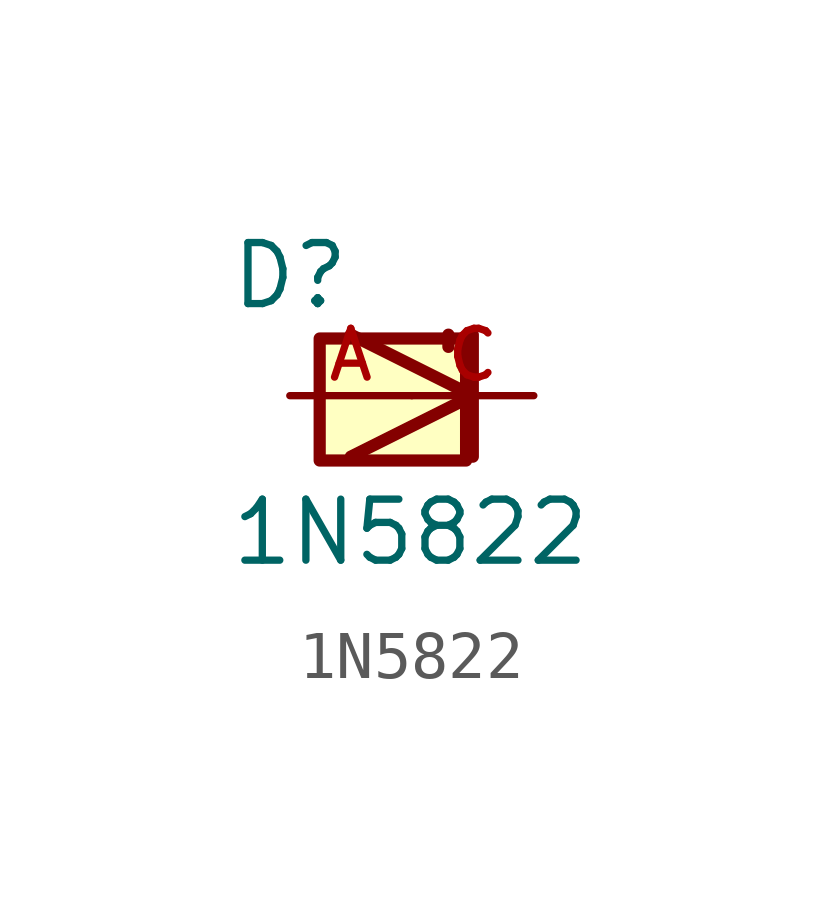
<source format=kicad_sym>
(kicad_symbol_lib
  (version 20211014)
  (generator kicad_symbol_editor)
  (symbol "1N5822"
    (pin_names
      (offset 1.016))
    (property "Reference" "D"
      (at -3.813 1.754 0)
      (effects (font (size 1.27 1.27)) (justify bottom left)))
    (property "Value" "1N5822"
      (at -3.817 -3.588 0)
      (effects (font (size 1.27 1.27)) (justify bottom left)))
    (symbol "1N5822_0_0"
      (polyline (pts (xy -1.27 -1.27) (xy 1.27 0.0)) (stroke (width 0.254)))
      (polyline (pts (xy 1.27 0.0) (xy -1.27 1.27)) (stroke (width 0.254)))
      (polyline (pts (xy 1.27 1.27) (xy 1.27 0.0)) (stroke (width 0.254)))
      (polyline (pts (xy 1.27 0.0) (xy 1.27 -1.27)) (stroke (width 0.254)))
      (polyline (pts (xy 0.762 1.016) (xy 0.762 1.27)) (stroke (width 0.254)))
      (rectangle (start -1.918 -1.35) (end 1.13 1.19) (stroke (width 0.254)) (fill (type background)))
      (pin passive line (at -2.54 0.0 0) (length 2.54) (name "~" (effects (font (size 1.016 1.016)))) (number "A" (effects (font (size 1.016 1.016)))))
      (pin passive line (at 2.54 0.0 180.0) (length 2.54) (name "~" (effects (font (size 1.016 1.016)))) (number "C" (effects (font (size 1.016 1.016))))))))
</source>
